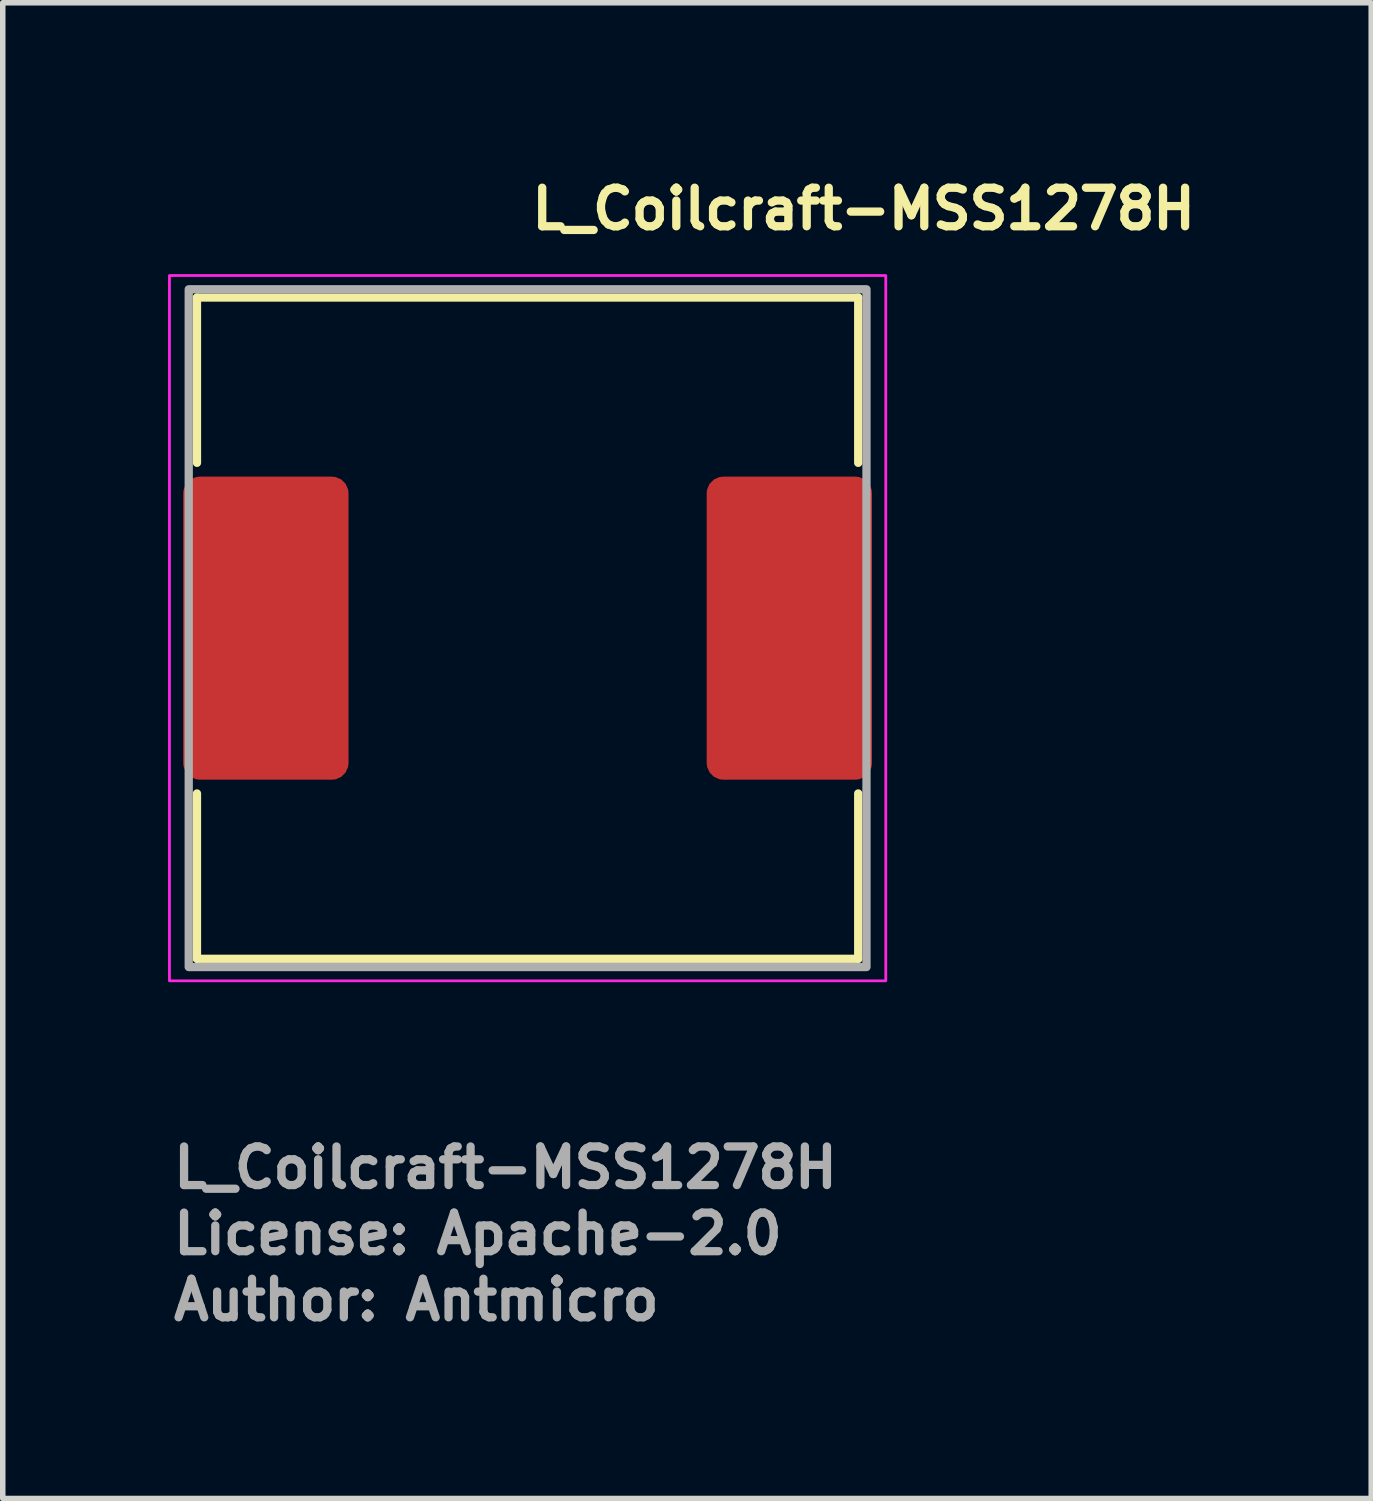
<source format=kicad_pcb>
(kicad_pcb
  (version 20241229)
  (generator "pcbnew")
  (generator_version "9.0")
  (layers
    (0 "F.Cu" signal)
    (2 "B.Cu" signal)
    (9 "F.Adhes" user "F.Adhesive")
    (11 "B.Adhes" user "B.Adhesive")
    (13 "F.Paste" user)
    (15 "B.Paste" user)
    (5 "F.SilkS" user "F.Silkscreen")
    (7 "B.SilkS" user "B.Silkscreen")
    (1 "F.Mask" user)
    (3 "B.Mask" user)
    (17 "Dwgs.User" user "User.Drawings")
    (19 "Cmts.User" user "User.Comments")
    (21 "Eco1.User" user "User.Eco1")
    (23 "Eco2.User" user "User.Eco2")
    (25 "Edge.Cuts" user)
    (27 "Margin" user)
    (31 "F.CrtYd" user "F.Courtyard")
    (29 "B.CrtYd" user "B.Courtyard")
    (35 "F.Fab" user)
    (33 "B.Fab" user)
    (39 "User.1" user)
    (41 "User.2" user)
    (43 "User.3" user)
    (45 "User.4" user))
  (footprint "L_Coilcraft-MSS1278H"
    (layer "F.Cu")
    (at 6.525 8.35)
    (property "Reference" "L_Coilcraft-MSS1278H" (at 0 -7.2 0) (layer "F.SilkS") (effects (font (size 0.7 0.7) (thickness 0.15)) (justify left bottom)))
    (attr smd)
    (fp_line (start -6 -6) (end 6 -6) (stroke (width 0.15) (type solid)) (layer "F.SilkS"))
    (fp_line (start -6 -3) (end -6 -6) (stroke (width 0.15) (type solid)) (layer "F.SilkS"))
    (fp_line (start -6 3) (end -6 6) (stroke (width 0.15) (type solid)) (layer "F.SilkS"))
    (fp_line (start 6 -3) (end 6 -6) (stroke (width 0.15) (type solid)) (layer "F.SilkS"))
    (fp_line (start 6 3) (end 6 6) (stroke (width 0.15) (type solid)) (layer "F.SilkS"))
    (fp_line (start 6 6) (end -6 6) (stroke (width 0.15) (type solid)) (layer "F.SilkS"))
    (fp_rect (start -6.5 -6.4) (end 6.5 6.4) (stroke (width 0.05) (type solid)) (fill no) (layer "F.CrtYd"))
    (fp_rect (start -6.15 -6.15) (end 6.15 6.15) (stroke (width 0.15) (type solid)) (fill no) (layer "F.Fab"))
    (fp_rect (start -6.15 -6.15) (end 6.15 6.15) (stroke (width 0.1) (type solid)) (fill no) (layer "User.5"))
    (fp_line (start -6.15 -3.65) (end -6.15 3.65) (stroke (width 0.02) (type solid)) (layer "User.9"))
    (fp_line (start -6.15 3.65) (end -6.146 3.773) (stroke (width 0.02) (type solid)) (layer "User.9"))
    (fp_line (start -6.146 -3.773) (end -6.15 -3.65) (stroke (width 0.02) (type solid)) (layer "User.9"))
    (fp_line (start -6.146 3.773) (end -6.136 3.896) (stroke (width 0.02) (type solid)) (layer "User.9"))
    (fp_line (start -6.136 -3.896) (end -6.146 -3.773) (stroke (width 0.02) (type solid)) (layer "User.9"))
    (fp_line (start -6.136 3.896) (end -6.122 4.019) (stroke (width 0.02) (type solid)) (layer "User.9"))
    (fp_line (start -6.122 -4.019) (end -6.136 -3.896) (stroke (width 0.02) (type solid)) (layer "User.9"))
    (fp_line (start -6.122 4.019) (end -6.101 4.14) (stroke (width 0.02) (type solid)) (layer "User.9"))
    (fp_line (start -6.101 -4.14) (end -6.122 -4.019) (stroke (width 0.02) (type solid)) (layer "User.9"))
    (fp_line (start -6.101 4.14) (end -6.074 4.259) (stroke (width 0.02) (type solid)) (layer "User.9"))
    (fp_line (start -6.074 -4.259) (end -6.101 -4.14) (stroke (width 0.02) (type solid)) (layer "User.9"))
    (fp_line (start -6.074 4.259) (end -6.041 4.377) (stroke (width 0.02) (type solid)) (layer "User.9"))
    (fp_line (start -6.041 -4.377) (end -6.074 -4.259) (stroke (width 0.02) (type solid)) (layer "User.9"))
    (fp_line (start -6.041 4.377) (end -6.003 4.492) (stroke (width 0.02) (type solid)) (layer "User.9"))
    (fp_line (start -6.003 -4.492) (end -6.041 -4.377) (stroke (width 0.02) (type solid)) (layer "User.9"))
    (fp_line (start -6.003 4.492) (end -5.958 4.606) (stroke (width 0.02) (type solid)) (layer "User.9"))
    (fp_line (start -5.958 -4.606) (end -6.003 -4.492) (stroke (width 0.02) (type solid)) (layer "User.9"))
    (fp_line (start -5.958 4.606) (end -5.91 4.718) (stroke (width 0.02) (type solid)) (layer "User.9"))
    (fp_line (start -5.91 -4.718) (end -5.958 -4.606) (stroke (width 0.02) (type solid)) (layer "User.9"))
    (fp_line (start -5.91 4.718) (end -5.855 4.827) (stroke (width 0.02) (type solid)) (layer "User.9"))
    (fp_line (start -5.855 -4.827) (end -5.91 -4.718) (stroke (width 0.02) (type solid)) (layer "User.9"))
    (fp_line (start -5.855 4.827) (end -5.795 4.933) (stroke (width 0.02) (type solid)) (layer "User.9"))
    (fp_line (start -5.795 -4.933) (end -5.855 -4.827) (stroke (width 0.02) (type solid)) (layer "User.9"))
    (fp_line (start -5.795 4.933) (end -5.729 5.037) (stroke (width 0.02) (type solid)) (layer "User.9"))
    (fp_line (start -5.729 -5.037) (end -5.795 -4.933) (stroke (width 0.02) (type solid)) (layer "User.9"))
    (fp_line (start -5.729 5.037) (end -5.659 5.136) (stroke (width 0.02) (type solid)) (layer "User.9"))
    (fp_line (start -5.659 -5.136) (end -5.729 -5.037) (stroke (width 0.02) (type solid)) (layer "User.9"))
    (fp_line (start -5.659 5.136) (end -5.583 5.234) (stroke (width 0.02) (type solid)) (layer "User.9"))
    (fp_line (start -5.583 -5.234) (end -5.659 -5.136) (stroke (width 0.02) (type solid)) (layer "User.9"))
    (fp_line (start -5.583 5.234) (end -5.503 5.327) (stroke (width 0.02) (type solid)) (layer "User.9"))
    (fp_line (start -5.503 -5.327) (end -5.583 -5.234) (stroke (width 0.02) (type solid)) (layer "User.9"))
    (fp_line (start -5.503 5.327) (end -5.417 5.417) (stroke (width 0.02) (type solid)) (layer "User.9"))
    (fp_line (start -5.417 -5.417) (end -5.503 -5.327) (stroke (width 0.02) (type solid)) (layer "User.9"))
    (fp_line (start -5.417 -5.417) (end -5.417 -5.417) (stroke (width 0.02) (type solid)) (layer "User.9"))
    (fp_line (start -5.417 5.417) (end -5.417 5.417) (stroke (width 0.02) (type solid)) (layer "User.9"))
    (fp_line (start -5.417 5.417) (end -5.327 5.503) (stroke (width 0.02) (type solid)) (layer "User.9"))
    (fp_line (start -5.327 -5.503) (end -5.417 -5.417) (stroke (width 0.02) (type solid)) (layer "User.9"))
    (fp_line (start -5.327 5.503) (end -5.234 5.583) (stroke (width 0.02) (type solid)) (layer "User.9"))
    (fp_line (start -5.234 -5.583) (end -5.327 -5.503) (stroke (width 0.02) (type solid)) (layer "User.9"))
    (fp_line (start -5.234 5.583) (end -5.136 5.659) (stroke (width 0.02) (type solid)) (layer "User.9"))
    (fp_line (start -5.136 -5.659) (end -5.234 -5.583) (stroke (width 0.02) (type solid)) (layer "User.9"))
    (fp_line (start -5.136 5.659) (end -5.037 5.729) (stroke (width 0.02) (type solid)) (layer "User.9"))
    (fp_line (start -5.05 0) (end -5.038 -0.336) (stroke (width 0.02) (type solid)) (layer "User.9"))
    (fp_line (start -5.047 0.168) (end -5.05 0) (stroke (width 0.02) (type solid)) (layer "User.9"))
    (fp_line (start -5.038 -0.336) (end -5.005 -0.668) (stroke (width 0.02) (type solid)) (layer "User.9"))
    (fp_line (start -5.038 0.336) (end -5.047 0.168) (stroke (width 0.02) (type solid)) (layer "User.9"))
    (fp_line (start -5.037 -5.729) (end -5.136 -5.659) (stroke (width 0.02) (type solid)) (layer "User.9"))
    (fp_line (start -5.037 5.729) (end -4.933 5.795) (stroke (width 0.02) (type solid)) (layer "User.9"))
    (fp_line (start -5.024 0.503) (end -5.038 0.336) (stroke (width 0.02) (type solid)) (layer "User.9"))
    (fp_line (start -5.005 -0.668) (end -4.95 -0.996) (stroke (width 0.02) (type solid)) (layer "User.9"))
    (fp_line (start -5.005 0.668) (end -5.024 0.503) (stroke (width 0.02) (type solid)) (layer "User.9"))
    (fp_line (start -5 0) (end -4.988 -0.333) (stroke (width 0.02) (type solid)) (layer "User.9"))
    (fp_line (start -4.997 0.167) (end -5 0) (stroke (width 0.02) (type solid)) (layer "User.9"))
    (fp_line (start -4.988 -0.333) (end -4.956 -0.662) (stroke (width 0.02) (type solid)) (layer "User.9"))
    (fp_line (start -4.988 0.333) (end -4.997 0.167) (stroke (width 0.02) (type solid)) (layer "User.9"))
    (fp_line (start -4.98 0.833) (end -5.005 0.668) (stroke (width 0.02) (type solid)) (layer "User.9"))
    (fp_line (start -4.974 0.498) (end -4.988 0.333) (stroke (width 0.02) (type solid)) (layer "User.9"))
    (fp_line (start -4.956 -0.662) (end -4.901 -0.986) (stroke (width 0.02) (type solid)) (layer "User.9"))
    (fp_line (start -4.956 0.662) (end -4.974 0.498) (stroke (width 0.02) (type solid)) (layer "User.9"))
    (fp_line (start -4.95 -0.996) (end -4.875 -1.317) (stroke (width 0.02) (type solid)) (layer "User.9"))
    (fp_line (start -4.95 0.996) (end -4.98 0.833) (stroke (width 0.02) (type solid)) (layer "User.9"))
    (fp_line (start -4.933 -5.795) (end -5.037 -5.729) (stroke (width 0.02) (type solid)) (layer "User.9"))
    (fp_line (start -4.933 5.795) (end -4.827 5.855) (stroke (width 0.02) (type solid)) (layer "User.9"))
    (fp_line (start -4.931 0.824) (end -4.956 0.662) (stroke (width 0.02) (type solid)) (layer "User.9"))
    (fp_line (start -4.915 1.157) (end -4.95 0.996) (stroke (width 0.02) (type solid)) (layer "User.9"))
    (fp_line (start -4.901 -0.986) (end -4.825 -1.304) (stroke (width 0.02) (type solid)) (layer "User.9"))
    (fp_line (start -4.901 0.986) (end -4.931 0.824) (stroke (width 0.02) (type solid)) (layer "User.9"))
    (fp_line (start -4.875 -1.317) (end -4.779 -1.631) (stroke (width 0.02) (type solid)) (layer "User.9"))
    (fp_line (start -4.875 1.317) (end -4.915 1.157) (stroke (width 0.02) (type solid)) (layer "User.9"))
    (fp_line (start -4.866 1.145) (end -4.901 0.986) (stroke (width 0.02) (type solid)) (layer "User.9"))
    (fp_line (start -4.829 1.475) (end -4.875 1.317) (stroke (width 0.02) (type solid)) (layer "User.9"))
    (fp_line (start -4.827 -5.855) (end -4.933 -5.795) (stroke (width 0.02) (type solid)) (layer "User.9"))
    (fp_line (start -4.827 5.855) (end -4.718 5.91) (stroke (width 0.02) (type solid)) (layer "User.9"))
    (fp_line (start -4.825 -1.304) (end -4.731 -1.615) (stroke (width 0.02) (type solid)) (layer "User.9"))
    (fp_line (start -4.825 1.304) (end -4.866 1.145) (stroke (width 0.02) (type solid)) (layer "User.9"))
    (fp_line (start -4.781 1.461) (end -4.825 1.304) (stroke (width 0.02) (type solid)) (layer "User.9"))
    (fp_line (start -4.779 -1.631) (end -4.663 -1.938) (stroke (width 0.02) (type solid)) (layer "User.9"))
    (fp_line (start -4.779 1.631) (end -4.829 1.475) (stroke (width 0.02) (type solid)) (layer "User.9"))
    (fp_line (start -4.731 -1.615) (end -4.616 -1.919) (stroke (width 0.02) (type solid)) (layer "User.9"))
    (fp_line (start -4.731 1.615) (end -4.781 1.461) (stroke (width 0.02) (type solid)) (layer "User.9"))
    (fp_line (start -4.723 1.786) (end -4.779 1.631) (stroke (width 0.02) (type solid)) (layer "User.9"))
    (fp_line (start -4.718 -5.91) (end -4.827 -5.855) (stroke (width 0.02) (type solid)) (layer "User.9"))
    (fp_line (start -4.718 5.91) (end -4.606 5.958) (stroke (width 0.02) (type solid)) (layer "User.9"))
    (fp_line (start -4.676 1.768) (end -4.731 1.615) (stroke (width 0.02) (type solid)) (layer "User.9"))
    (fp_line (start -4.663 -1.938) (end -4.527 -2.236) (stroke (width 0.02) (type solid)) (layer "User.9"))
    (fp_line (start -4.663 1.938) (end -4.723 1.786) (stroke (width 0.02) (type solid)) (layer "User.9"))
    (fp_line (start -4.616 -1.919) (end -4.482 -2.214) (stroke (width 0.02) (type solid)) (layer "User.9"))
    (fp_line (start -4.616 1.919) (end -4.676 1.768) (stroke (width 0.02) (type solid)) (layer "User.9"))
    (fp_line (start -4.606 -5.958) (end -4.718 -5.91) (stroke (width 0.02) (type solid)) (layer "User.9"))
    (fp_line (start -4.606 5.958) (end -4.492 6.003) (stroke (width 0.02) (type solid)) (layer "User.9"))
    (fp_line (start -4.597 2.088) (end -4.663 1.938) (stroke (width 0.02) (type solid)) (layer "User.9"))
    (fp_line (start -4.551 2.068) (end -4.616 1.919) (stroke (width 0.02) (type solid)) (layer "User.9"))
    (fp_line (start -4.527 -2.236) (end -4.373 -2.525) (stroke (width 0.02) (type solid)) (layer "User.9"))
    (fp_line (start -4.527 2.236) (end -4.597 2.088) (stroke (width 0.02) (type solid)) (layer "User.9"))
    (fp_line (start -4.492 -6.003) (end -4.606 -5.958) (stroke (width 0.02) (type solid)) (layer "User.9"))
    (fp_line (start -4.492 6.003) (end -4.377 6.041) (stroke (width 0.02) (type solid)) (layer "User.9"))
    (fp_line (start -4.482 -2.214) (end -4.33 -2.5) (stroke (width 0.02) (type solid)) (layer "User.9"))
    (fp_line (start -4.482 2.214) (end -4.551 2.068) (stroke (width 0.02) (type solid)) (layer "User.9"))
    (fp_line (start -4.452 2.382) (end -4.527 2.236) (stroke (width 0.02) (type solid)) (layer "User.9"))
    (fp_line (start -4.408 2.358) (end -4.482 2.214) (stroke (width 0.02) (type solid)) (layer "User.9"))
    (fp_line (start -4.377 -6.041) (end -4.492 -6.003) (stroke (width 0.02) (type solid)) (layer "User.9"))
    (fp_line (start -4.377 6.041) (end -4.259 6.074) (stroke (width 0.02) (type solid)) (layer "User.9"))
    (fp_line (start -4.373 -2.525) (end -4.2 -2.802) (stroke (width 0.02) (type solid)) (layer "User.9"))
    (fp_line (start -4.373 2.525) (end -4.452 2.382) (stroke (width 0.02) (type solid)) (layer "User.9"))
    (fp_line (start -4.33 -2.5) (end -4.159 -2.774) (stroke (width 0.02) (type solid)) (layer "User.9"))
    (fp_line (start -4.33 2.5) (end -4.408 2.358) (stroke (width 0.02) (type solid)) (layer "User.9"))
    (fp_line (start -4.289 2.665) (end -4.373 2.525) (stroke (width 0.02) (type solid)) (layer "User.9"))
    (fp_line (start -4.259 -6.074) (end -4.377 -6.041) (stroke (width 0.02) (type solid)) (layer "User.9"))
    (fp_line (start -4.259 6.074) (end -4.14 6.101) (stroke (width 0.02) (type solid)) (layer "User.9"))
    (fp_line (start -4.246 2.638) (end -4.33 2.5) (stroke (width 0.02) (type solid)) (layer "User.9"))
    (fp_line (start -4.2 -2.802) (end -4.009 -3.068) (stroke (width 0.02) (type solid)) (layer "User.9"))
    (fp_line (start -4.2 2.802) (end -4.289 2.665) (stroke (width 0.02) (type solid)) (layer "User.9"))
    (fp_line (start -4.159 -2.774) (end -3.97 -3.037) (stroke (width 0.02) (type solid)) (layer "User.9"))
    (fp_line (start -4.159 2.774) (end -4.246 2.638) (stroke (width 0.02) (type solid)) (layer "User.9"))
    (fp_line (start -4.14 -6.101) (end -4.259 -6.074) (stroke (width 0.02) (type solid)) (layer "User.9"))
    (fp_line (start -4.14 6.101) (end -4.019 6.122) (stroke (width 0.02) (type solid)) (layer "User.9"))
    (fp_line (start -4.107 2.936) (end -4.2 2.802) (stroke (width 0.02) (type solid)) (layer "User.9"))
    (fp_line (start -4.067 2.908) (end -4.159 2.774) (stroke (width 0.02) (type solid)) (layer "User.9"))
    (fp_line (start -4.019 -6.122) (end -4.14 -6.101) (stroke (width 0.02) (type solid)) (layer "User.9"))
    (fp_line (start -4.019 6.122) (end -3.896 6.136) (stroke (width 0.02) (type solid)) (layer "User.9"))
    (fp_line (start -4.009 -3.068) (end -3.802 -3.322) (stroke (width 0.02) (type solid)) (layer "User.9"))
    (fp_line (start -4.009 3.068) (end -4.107 2.936) (stroke (width 0.02) (type solid)) (layer "User.9"))
    (fp_line (start -3.97 -3.037) (end -3.765 -3.289) (stroke (width 0.02) (type solid)) (layer "User.9"))
    (fp_line (start -3.97 3.037) (end -4.067 2.908) (stroke (width 0.02) (type solid)) (layer "User.9"))
    (fp_line (start -3.908 3.197) (end -4.009 3.068) (stroke (width 0.02) (type solid)) (layer "User.9"))
    (fp_line (start -3.896 -6.136) (end -4.019 -6.122) (stroke (width 0.02) (type solid)) (layer "User.9"))
    (fp_line (start -3.896 6.136) (end -3.773 6.146) (stroke (width 0.02) (type solid)) (layer "User.9"))
    (fp_line (start -3.87 3.165) (end -3.97 3.037) (stroke (width 0.02) (type solid)) (layer "User.9"))
    (fp_line (start -3.802 -3.322) (end -3.578 -3.563) (stroke (width 0.02) (type solid)) (layer "User.9"))
    (fp_line (start -3.802 3.322) (end -3.908 3.197) (stroke (width 0.02) (type solid)) (layer "User.9"))
    (fp_line (start -3.773 -6.146) (end -3.896 -6.136) (stroke (width 0.02) (type solid)) (layer "User.9"))
    (fp_line (start -3.773 6.146) (end -3.65 6.15) (stroke (width 0.02) (type solid)) (layer "User.9"))
    (fp_line (start -3.765 -3.289) (end -3.543 -3.527) (stroke (width 0.02) (type solid)) (layer "User.9"))
    (fp_line (start -3.765 3.289) (end -3.87 3.165) (stroke (width 0.02) (type solid)) (layer "User.9"))
    (fp_line (start -3.692 3.444) (end -3.802 3.322) (stroke (width 0.02) (type solid)) (layer "User.9"))
    (fp_line (start -3.656 3.41) (end -3.765 3.289) (stroke (width 0.02) (type solid)) (layer "User.9"))
    (fp_line (start -3.65 -6.15) (end -3.773 -6.146) (stroke (width 0.02) (type solid)) (layer "User.9"))
    (fp_line (start -3.65 6.15) (end 3.65 6.15) (stroke (width 0.02) (type solid)) (layer "User.9"))
    (fp_line (start -3.578 -3.563) (end -3.338 -3.789) (stroke (width 0.02) (type solid)) (layer "User.9"))
    (fp_line (start -3.578 3.563) (end -3.692 3.444) (stroke (width 0.02) (type solid)) (layer "User.9"))
    (fp_line (start -3.543 -3.527) (end -3.305 -3.751) (stroke (width 0.02) (type solid)) (layer "User.9"))
    (fp_line (start -3.543 3.527) (end -3.656 3.41) (stroke (width 0.02) (type solid)) (layer "User.9"))
    (fp_line (start -3.46 3.678) (end -3.578 3.563) (stroke (width 0.02) (type solid)) (layer "User.9"))
    (fp_line (start -3.426 3.641) (end -3.543 3.527) (stroke (width 0.02) (type solid)) (layer "User.9"))
    (fp_line (start -3.338 -3.789) (end -3.082 -4) (stroke (width 0.02) (type solid)) (layer "User.9"))
    (fp_line (start -3.338 3.789) (end -3.46 3.678) (stroke (width 0.02) (type solid)) (layer "User.9"))
    (fp_line (start -3.305 -3.751) (end -3.051 -3.96) (stroke (width 0.02) (type solid)) (layer "User.9"))
    (fp_line (start -3.305 3.751) (end -3.426 3.641) (stroke (width 0.02) (type solid)) (layer "User.9"))
    (fp_line (start -3.212 3.896) (end -3.338 3.789) (stroke (width 0.02) (type solid)) (layer "User.9"))
    (fp_line (start -3.18 3.858) (end -3.305 3.751) (stroke (width 0.02) (type solid)) (layer "User.9"))
    (fp_line (start -3.082 -4) (end -2.81 -4.195) (stroke (width 0.02) (type solid)) (layer "User.9"))
    (fp_line (start -3.082 4) (end -3.212 3.896) (stroke (width 0.02) (type solid)) (layer "User.9"))
    (fp_line (start -3.051 -3.96) (end -2.783 -4.152) (stroke (width 0.02) (type solid)) (layer "User.9"))
    (fp_line (start -3.051 3.96) (end -3.18 3.858) (stroke (width 0.02) (type solid)) (layer "User.9"))
    (fp_line (start -2.948 4.1) (end -3.082 4) (stroke (width 0.02) (type solid)) (layer "User.9"))
    (fp_line (start -2.919 4.059) (end -3.051 3.96) (stroke (width 0.02) (type solid)) (layer "User.9"))
    (fp_line (start -2.81 -4.195) (end -2.525 -4.373) (stroke (width 0.02) (type solid)) (layer "User.9"))
    (fp_line (start -2.81 4.195) (end -2.948 4.1) (stroke (width 0.02) (type solid)) (layer "User.9"))
    (fp_line (start -2.783 -4.152) (end -2.5 -4.33) (stroke (width 0.02) (type solid)) (layer "User.9"))
    (fp_line (start -2.783 4.152) (end -2.919 4.059) (stroke (width 0.02) (type solid)) (layer "User.9"))
    (fp_line (start -2.669 4.285) (end -2.81 4.195) (stroke (width 0.02) (type solid)) (layer "User.9"))
    (fp_line (start -2.642 4.244) (end -2.783 4.152) (stroke (width 0.02) (type solid)) (layer "User.9"))
    (fp_line (start -2.525 -4.373) (end -2.525 -4.373) (stroke (width 0.02) (type solid)) (layer "User.9"))
    (fp_line (start -2.525 -4.373) (end -2.227 -4.532) (stroke (width 0.02) (type solid)) (layer "User.9"))
    (fp_line (start -2.525 4.373) (end -2.669 4.285) (stroke (width 0.02) (type solid)) (layer "User.9"))
    (fp_line (start -2.525 4.373) (end -2.525 4.373) (stroke (width 0.02) (type solid)) (layer "User.9"))
    (fp_line (start -2.5 -4.33) (end -2.5 -4.33) (stroke (width 0.02) (type solid)) (layer "User.9"))
    (fp_line (start -2.5 -4.33) (end -2.205 -4.487) (stroke (width 0.02) (type solid)) (layer "User.9"))
    (fp_line (start -2.5 4.33) (end -2.642 4.244) (stroke (width 0.02) (type solid)) (layer "User.9"))
    (fp_line (start -2.5 4.33) (end -2.5 4.33) (stroke (width 0.02) (type solid)) (layer "User.9"))
    (fp_line (start -2.227 -4.532) (end -1.923 -4.668) (stroke (width 0.02) (type solid)) (layer "User.9"))
    (fp_line (start -2.227 4.532) (end -2.525 4.373) (stroke (width 0.02) (type solid)) (layer "User.9"))
    (fp_line (start -2.205 -4.487) (end -1.903 -4.623) (stroke (width 0.02) (type solid)) (layer "User.9"))
    (fp_line (start -2.205 4.487) (end -2.5 4.33) (stroke (width 0.02) (type solid)) (layer "User.9"))
    (fp_line (start -1.923 -4.668) (end -1.612 -4.785) (stroke (width 0.02) (type solid)) (layer "User.9"))
    (fp_line (start -1.923 4.668) (end -2.227 4.532) (stroke (width 0.02) (type solid)) (layer "User.9"))
    (fp_line (start -1.903 -4.623) (end -1.596 -4.738) (stroke (width 0.02) (type solid)) (layer "User.9"))
    (fp_line (start -1.903 4.623) (end -2.205 4.487) (stroke (width 0.02) (type solid)) (layer "User.9"))
    (fp_line (start -1.612 -4.785) (end -1.296 -4.88) (stroke (width 0.02) (type solid)) (layer "User.9"))
    (fp_line (start -1.612 4.785) (end -1.923 4.668) (stroke (width 0.02) (type solid)) (layer "User.9"))
    (fp_line (start -1.596 -4.738) (end -1.283 -4.832) (stroke (width 0.02) (type solid)) (layer "User.9"))
    (fp_line (start -1.596 4.738) (end -1.903 4.623) (stroke (width 0.02) (type solid)) (layer "User.9"))
    (fp_line (start -1.296 -4.88) (end -0.976 -4.954) (stroke (width 0.02) (type solid)) (layer "User.9"))
    (fp_line (start -1.296 4.88) (end -1.612 4.785) (stroke (width 0.02) (type solid)) (layer "User.9"))
    (fp_line (start -1.283 -4.832) (end -0.966 -4.905) (stroke (width 0.02) (type solid)) (layer "User.9"))
    (fp_line (start -1.283 4.832) (end -1.596 4.738) (stroke (width 0.02) (type solid)) (layer "User.9"))
    (fp_line (start -0.976 -4.954) (end -0.652 -5.007) (stroke (width 0.02) (type solid)) (layer "User.9"))
    (fp_line (start -0.976 4.954) (end -1.296 4.88) (stroke (width 0.02) (type solid)) (layer "User.9"))
    (fp_line (start -0.966 -4.905) (end -0.646 -4.958) (stroke (width 0.02) (type solid)) (layer "User.9"))
    (fp_line (start -0.966 4.905) (end -1.283 4.832) (stroke (width 0.02) (type solid)) (layer "User.9"))
    (fp_line (start -0.652 -5.007) (end -0.326 -5.039) (stroke (width 0.02) (type solid)) (layer "User.9"))
    (fp_line (start -0.652 5.007) (end -0.976 4.954) (stroke (width 0.02) (type solid)) (layer "User.9"))
    (fp_line (start -0.646 -4.958) (end -0.323 -4.989) (stroke (width 0.02) (type solid)) (layer "User.9"))
    (fp_line (start -0.646 4.958) (end -0.966 4.905) (stroke (width 0.02) (type solid)) (layer "User.9"))
    (fp_line (start -0.326 -5.039) (end 0 -5.05) (stroke (width 0.02) (type solid)) (layer "User.9"))
    (fp_line (start -0.326 5.039) (end -0.652 5.007) (stroke (width 0.02) (type solid)) (layer "User.9"))
    (fp_line (start -0.323 -4.989) (end 0 -5) (stroke (width 0.02) (type solid)) (layer "User.9"))
    (fp_line (start -0.323 4.989) (end -0.646 4.958) (stroke (width 0.02) (type solid)) (layer "User.9"))
    (fp_line (start 0 -5.05) (end 0.326 -5.039) (stroke (width 0.02) (type solid)) (layer "User.9"))
    (fp_line (start 0 -5) (end 0.323 -4.989) (stroke (width 0.02) (type solid)) (layer "User.9"))
    (fp_line (start 0 5) (end -0.323 4.989) (stroke (width 0.02) (type solid)) (layer "User.9"))
    (fp_line (start 0 5.05) (end -0.326 5.039) (stroke (width 0.02) (type solid)) (layer "User.9"))
    (fp_line (start 0.323 -4.989) (end 0.646 -4.958) (stroke (width 0.02) (type solid)) (layer "User.9"))
    (fp_line (start 0.323 4.989) (end 0 5) (stroke (width 0.02) (type solid)) (layer "User.9"))
    (fp_line (start 0.326 -5.039) (end 0.652 -5.007) (stroke (width 0.02) (type solid)) (layer "User.9"))
    (fp_line (start 0.326 5.039) (end 0 5.05) (stroke (width 0.02) (type solid)) (layer "User.9"))
    (fp_line (start 0.646 -4.958) (end 0.966 -4.905) (stroke (width 0.02) (type solid)) (layer "User.9"))
    (fp_line (start 0.646 4.958) (end 0.323 4.989) (stroke (width 0.02) (type solid)) (layer "User.9"))
    (fp_line (start 0.652 -5.007) (end 0.976 -4.954) (stroke (width 0.02) (type solid)) (layer "User.9"))
    (fp_line (start 0.652 5.007) (end 0.326 5.039) (stroke (width 0.02) (type solid)) (layer "User.9"))
    (fp_line (start 0.966 -4.905) (end 1.283 -4.832) (stroke (width 0.02) (type solid)) (layer "User.9"))
    (fp_line (start 0.966 4.905) (end 0.646 4.958) (stroke (width 0.02) (type solid)) (layer "User.9"))
    (fp_line (start 0.976 -4.954) (end 1.296 -4.88) (stroke (width 0.02) (type solid)) (layer "User.9"))
    (fp_line (start 0.976 4.954) (end 0.652 5.007) (stroke (width 0.02) (type solid)) (layer "User.9"))
    (fp_line (start 1.283 -4.832) (end 1.596 -4.738) (stroke (width 0.02) (type solid)) (layer "User.9"))
    (fp_line (start 1.283 4.832) (end 0.966 4.905) (stroke (width 0.02) (type solid)) (layer "User.9"))
    (fp_line (start 1.296 -4.88) (end 1.612 -4.785) (stroke (width 0.02) (type solid)) (layer "User.9"))
    (fp_line (start 1.296 4.88) (end 0.976 4.954) (stroke (width 0.02) (type solid)) (layer "User.9"))
    (fp_line (start 1.596 -4.738) (end 1.903 -4.623) (stroke (width 0.02) (type solid)) (layer "User.9"))
    (fp_line (start 1.596 4.738) (end 1.283 4.832) (stroke (width 0.02) (type solid)) (layer "User.9"))
    (fp_line (start 1.612 -4.785) (end 1.923 -4.668) (stroke (width 0.02) (type solid)) (layer "User.9"))
    (fp_line (start 1.612 4.785) (end 1.296 4.88) (stroke (width 0.02) (type solid)) (layer "User.9"))
    (fp_line (start 1.903 -4.623) (end 2.205 -4.487) (stroke (width 0.02) (type solid)) (layer "User.9"))
    (fp_line (start 1.903 4.623) (end 1.596 4.738) (stroke (width 0.02) (type solid)) (layer "User.9"))
    (fp_line (start 1.923 -4.668) (end 2.227 -4.532) (stroke (width 0.02) (type solid)) (layer "User.9"))
    (fp_line (start 1.923 4.668) (end 1.612 4.785) (stroke (width 0.02) (type solid)) (layer "User.9"))
    (fp_line (start 2.205 -4.487) (end 2.5 -4.33) (stroke (width 0.02) (type solid)) (layer "User.9"))
    (fp_line (start 2.205 4.487) (end 1.903 4.623) (stroke (width 0.02) (type solid)) (layer "User.9"))
    (fp_line (start 2.227 -4.532) (end 2.525 -4.373) (stroke (width 0.02) (type solid)) (layer "User.9"))
    (fp_line (start 2.227 4.532) (end 1.923 4.668) (stroke (width 0.02) (type solid)) (layer "User.9"))
    (fp_line (start 2.5 -4.33) (end 2.5 -4.33) (stroke (width 0.02) (type solid)) (layer "User.9"))
    (fp_line (start 2.5 -4.33) (end 2.642 -4.244) (stroke (width 0.02) (type solid)) (layer "User.9"))
    (fp_line (start 2.5 4.33) (end 2.205 4.487) (stroke (width 0.02) (type solid)) (layer "User.9"))
    (fp_line (start 2.5 4.33) (end 2.5 4.33) (stroke (width 0.02) (type solid)) (layer "User.9"))
    (fp_line (start 2.525 -4.373) (end 2.525 -4.373) (stroke (width 0.02) (type solid)) (layer "User.9"))
    (fp_line (start 2.525 -4.373) (end 2.669 -4.285) (stroke (width 0.02) (type solid)) (layer "User.9"))
    (fp_line (start 2.525 4.373) (end 2.227 4.532) (stroke (width 0.02) (type solid)) (layer "User.9"))
    (fp_line (start 2.525 4.373) (end 2.525 4.373) (stroke (width 0.02) (type solid)) (layer "User.9"))
    (fp_line (start 2.642 -4.244) (end 2.783 -4.152) (stroke (width 0.02) (type solid)) (layer "User.9"))
    (fp_line (start 2.669 -4.285) (end 2.81 -4.195) (stroke (width 0.02) (type solid)) (layer "User.9"))
    (fp_line (start 2.783 -4.152) (end 2.919 -4.059) (stroke (width 0.02) (type solid)) (layer "User.9"))
    (fp_line (start 2.783 4.152) (end 2.5 4.33) (stroke (width 0.02) (type solid)) (layer "User.9"))
    (fp_line (start 2.81 -4.195) (end 2.948 -4.1) (stroke (width 0.02) (type solid)) (layer "User.9"))
    (fp_line (start 2.81 4.195) (end 2.525 4.373) (stroke (width 0.02) (type solid)) (layer "User.9"))
    (fp_line (start 2.919 -4.059) (end 3.051 -3.96) (stroke (width 0.02) (type solid)) (layer "User.9"))
    (fp_line (start 2.948 -4.1) (end 3.082 -4) (stroke (width 0.02) (type solid)) (layer "User.9"))
    (fp_line (start 3.051 -3.96) (end 3.18 -3.858) (stroke (width 0.02) (type solid)) (layer "User.9"))
    (fp_line (start 3.051 3.96) (end 2.783 4.152) (stroke (width 0.02) (type solid)) (layer "User.9"))
    (fp_line (start 3.082 -4) (end 3.212 -3.896) (stroke (width 0.02) (type solid)) (layer "User.9"))
    (fp_line (start 3.082 4) (end 2.81 4.195) (stroke (width 0.02) (type solid)) (layer "User.9"))
    (fp_line (start 3.18 -3.858) (end 3.305 -3.751) (stroke (width 0.02) (type solid)) (layer "User.9"))
    (fp_line (start 3.212 -3.896) (end 3.338 -3.789) (stroke (width 0.02) (type solid)) (layer "User.9"))
    (fp_line (start 3.305 -3.751) (end 3.426 -3.641) (stroke (width 0.02) (type solid)) (layer "User.9"))
    (fp_line (start 3.305 3.751) (end 3.051 3.96) (stroke (width 0.02) (type solid)) (layer "User.9"))
    (fp_line (start 3.338 -3.789) (end 3.46 -3.678) (stroke (width 0.02) (type solid)) (layer "User.9"))
    (fp_line (start 3.338 3.789) (end 3.082 4) (stroke (width 0.02) (type solid)) (layer "User.9"))
    (fp_line (start 3.426 -3.641) (end 3.543 -3.527) (stroke (width 0.02) (type solid)) (layer "User.9"))
    (fp_line (start 3.46 -3.678) (end 3.578 -3.563) (stroke (width 0.02) (type solid)) (layer "User.9"))
    (fp_line (start 3.543 -3.527) (end 3.656 -3.41) (stroke (width 0.02) (type solid)) (layer "User.9"))
    (fp_line (start 3.543 3.527) (end 3.305 3.751) (stroke (width 0.02) (type solid)) (layer "User.9"))
    (fp_line (start 3.578 -3.563) (end 3.692 -3.444) (stroke (width 0.02) (type solid)) (layer "User.9"))
    (fp_line (start 3.578 3.563) (end 3.338 3.789) (stroke (width 0.02) (type solid)) (layer "User.9"))
    (fp_line (start 3.65 -6.15) (end -3.65 -6.15) (stroke (width 0.02) (type solid)) (layer "User.9"))
    (fp_line (start 3.65 6.15) (end 3.773 6.146) (stroke (width 0.02) (type solid)) (layer "User.9"))
    (fp_line (start 3.656 -3.41) (end 3.765 -3.289) (stroke (width 0.02) (type solid)) (layer "User.9"))
    (fp_line (start 3.692 -3.444) (end 3.802 -3.322) (stroke (width 0.02) (type solid)) (layer "User.9"))
    (fp_line (start 3.765 -3.289) (end 3.87 -3.165) (stroke (width 0.02) (type solid)) (layer "User.9"))
    (fp_line (start 3.765 3.289) (end 3.543 3.527) (stroke (width 0.02) (type solid)) (layer "User.9"))
    (fp_line (start 3.773 -6.146) (end 3.65 -6.15) (stroke (width 0.02) (type solid)) (layer "User.9"))
    (fp_line (start 3.773 6.146) (end 3.896 6.136) (stroke (width 0.02) (type solid)) (layer "User.9"))
    (fp_line (start 3.802 -3.322) (end 3.908 -3.197) (stroke (width 0.02) (type solid)) (layer "User.9"))
    (fp_line (start 3.802 3.322) (end 3.578 3.563) (stroke (width 0.02) (type solid)) (layer "User.9"))
    (fp_line (start 3.87 -3.165) (end 3.97 -3.037) (stroke (width 0.02) (type solid)) (layer "User.9"))
    (fp_line (start 3.896 -6.136) (end 3.773 -6.146) (stroke (width 0.02) (type solid)) (layer "User.9"))
    (fp_line (start 3.896 6.136) (end 4.019 6.122) (stroke (width 0.02) (type solid)) (layer "User.9"))
    (fp_line (start 3.908 -3.197) (end 4.009 -3.068) (stroke (width 0.02) (type solid)) (layer "User.9"))
    (fp_line (start 3.97 -3.037) (end 4.067 -2.908) (stroke (width 0.02) (type solid)) (layer "User.9"))
    (fp_line (start 3.97 3.037) (end 3.765 3.289) (stroke (width 0.02) (type solid)) (layer "User.9"))
    (fp_line (start 4.009 -3.068) (end 4.107 -2.936) (stroke (width 0.02) (type solid)) (layer "User.9"))
    (fp_line (start 4.009 3.068) (end 3.802 3.322) (stroke (width 0.02) (type solid)) (layer "User.9"))
    (fp_line (start 4.019 -6.122) (end 3.896 -6.136) (stroke (width 0.02) (type solid)) (layer "User.9"))
    (fp_line (start 4.019 6.122) (end 4.14 6.101) (stroke (width 0.02) (type solid)) (layer "User.9"))
    (fp_line (start 4.067 -2.908) (end 4.159 -2.774) (stroke (width 0.02) (type solid)) (layer "User.9"))
    (fp_line (start 4.107 -2.936) (end 4.2 -2.802) (stroke (width 0.02) (type solid)) (layer "User.9"))
    (fp_line (start 4.14 -6.101) (end 4.019 -6.122) (stroke (width 0.02) (type solid)) (layer "User.9"))
    (fp_line (start 4.14 6.101) (end 4.259 6.074) (stroke (width 0.02) (type solid)) (layer "User.9"))
    (fp_line (start 4.159 -2.774) (end 4.246 -2.638) (stroke (width 0.02) (type solid)) (layer "User.9"))
    (fp_line (start 4.159 2.774) (end 3.97 3.037) (stroke (width 0.02) (type solid)) (layer "User.9"))
    (fp_line (start 4.2 -2.802) (end 4.289 -2.665) (stroke (width 0.02) (type solid)) (layer "User.9"))
    (fp_line (start 4.2 2.802) (end 4.009 3.068) (stroke (width 0.02) (type solid)) (layer "User.9"))
    (fp_line (start 4.246 -2.638) (end 4.33 -2.5) (stroke (width 0.02) (type solid)) (layer "User.9"))
    (fp_line (start 4.259 -6.074) (end 4.14 -6.101) (stroke (width 0.02) (type solid)) (layer "User.9"))
    (fp_line (start 4.259 6.074) (end 4.377 6.041) (stroke (width 0.02) (type solid)) (layer "User.9"))
    (fp_line (start 4.289 -2.665) (end 4.373 -2.525) (stroke (width 0.02) (type solid)) (layer "User.9"))
    (fp_line (start 4.33 -2.5) (end 4.408 -2.358) (stroke (width 0.02) (type solid)) (layer "User.9"))
    (fp_line (start 4.33 2.5) (end 4.159 2.774) (stroke (width 0.02) (type solid)) (layer "User.9"))
    (fp_line (start 4.373 -2.525) (end 4.452 -2.382) (stroke (width 0.02) (type solid)) (layer "User.9"))
    (fp_line (start 4.373 2.525) (end 4.2 2.802) (stroke (width 0.02) (type solid)) (layer "User.9"))
    (fp_line (start 4.377 -6.041) (end 4.259 -6.074) (stroke (width 0.02) (type solid)) (layer "User.9"))
    (fp_line (start 4.377 6.041) (end 4.492 6.003) (stroke (width 0.02) (type solid)) (layer "User.9"))
    (fp_line (start 4.408 -2.358) (end 4.482 -2.214) (stroke (width 0.02) (type solid)) (layer "User.9"))
    (fp_line (start 4.452 -2.382) (end 4.527 -2.236) (stroke (width 0.02) (type solid)) (layer "User.9"))
    (fp_line (start 4.482 -2.214) (end 4.551 -2.068) (stroke (width 0.02) (type solid)) (layer "User.9"))
    (fp_line (start 4.482 2.214) (end 4.33 2.5) (stroke (width 0.02) (type solid)) (layer "User.9"))
    (fp_line (start 4.492 -6.003) (end 4.377 -6.041) (stroke (width 0.02) (type solid)) (layer "User.9"))
    (fp_line (start 4.492 6.003) (end 4.606 5.958) (stroke (width 0.02) (type solid)) (layer "User.9"))
    (fp_line (start 4.527 -2.236) (end 4.597 -2.088) (stroke (width 0.02) (type solid)) (layer "User.9"))
    (fp_line (start 4.527 2.236) (end 4.373 2.525) (stroke (width 0.02) (type solid)) (layer "User.9"))
    (fp_line (start 4.551 -2.068) (end 4.616 -1.919) (stroke (width 0.02) (type solid)) (layer "User.9"))
    (fp_line (start 4.597 -2.088) (end 4.663 -1.938) (stroke (width 0.02) (type solid)) (layer "User.9"))
    (fp_line (start 4.606 -5.958) (end 4.492 -6.003) (stroke (width 0.02) (type solid)) (layer "User.9"))
    (fp_line (start 4.606 5.958) (end 4.718 5.91) (stroke (width 0.02) (type solid)) (layer "User.9"))
    (fp_line (start 4.616 -1.919) (end 4.676 -1.768) (stroke (width 0.02) (type solid)) (layer "User.9"))
    (fp_line (start 4.616 1.919) (end 4.482 2.214) (stroke (width 0.02) (type solid)) (layer "User.9"))
    (fp_line (start 4.663 -1.938) (end 4.723 -1.786) (stroke (width 0.02) (type solid)) (layer "User.9"))
    (fp_line (start 4.663 1.938) (end 4.527 2.236) (stroke (width 0.02) (type solid)) (layer "User.9"))
    (fp_line (start 4.676 -1.768) (end 4.731 -1.615) (stroke (width 0.02) (type solid)) (layer "User.9"))
    (fp_line (start 4.718 -5.91) (end 4.606 -5.958) (stroke (width 0.02) (type solid)) (layer "User.9"))
    (fp_line (start 4.718 5.91) (end 4.827 5.855) (stroke (width 0.02) (type solid)) (layer "User.9"))
    (fp_line (start 4.723 -1.786) (end 4.779 -1.631) (stroke (width 0.02) (type solid)) (layer "User.9"))
    (fp_line (start 4.731 -1.615) (end 4.781 -1.461) (stroke (width 0.02) (type solid)) (layer "User.9"))
    (fp_line (start 4.731 1.615) (end 4.616 1.919) (stroke (width 0.02) (type solid)) (layer "User.9"))
    (fp_line (start 4.779 -1.631) (end 4.829 -1.475) (stroke (width 0.02) (type solid)) (layer "User.9"))
    (fp_line (start 4.779 1.631) (end 4.663 1.938) (stroke (width 0.02) (type solid)) (layer "User.9"))
    (fp_line (start 4.781 -1.461) (end 4.825 -1.304) (stroke (width 0.02) (type solid)) (layer "User.9"))
    (fp_line (start 4.825 -1.304) (end 4.866 -1.145) (stroke (width 0.02) (type solid)) (layer "User.9"))
    (fp_line (start 4.825 1.304) (end 4.731 1.615) (stroke (width 0.02) (type solid)) (layer "User.9"))
    (fp_line (start 4.827 -5.855) (end 4.718 -5.91) (stroke (width 0.02) (type solid)) (layer "User.9"))
    (fp_line (start 4.827 5.855) (end 4.933 5.795) (stroke (width 0.02) (type solid)) (layer "User.9"))
    (fp_line (start 4.829 -1.475) (end 4.875 -1.317) (stroke (width 0.02) (type solid)) (layer "User.9"))
    (fp_line (start 4.866 -1.145) (end 4.901 -0.986) (stroke (width 0.02) (type solid)) (layer "User.9"))
    (fp_line (start 4.875 -1.317) (end 4.915 -1.157) (stroke (width 0.02) (type solid)) (layer "User.9"))
    (fp_line (start 4.875 1.317) (end 4.779 1.631) (stroke (width 0.02) (type solid)) (layer "User.9"))
    (fp_line (start 4.901 -0.986) (end 4.931 -0.824) (stroke (width 0.02) (type solid)) (layer "User.9"))
    (fp_line (start 4.901 0.986) (end 4.825 1.304) (stroke (width 0.02) (type solid)) (layer "User.9"))
    (fp_line (start 4.915 -1.157) (end 4.95 -0.996) (stroke (width 0.02) (type solid)) (layer "User.9"))
    (fp_line (start 4.931 -0.824) (end 4.956 -0.662) (stroke (width 0.02) (type solid)) (layer "User.9"))
    (fp_line (start 4.933 -5.795) (end 4.827 -5.855) (stroke (width 0.02) (type solid)) (layer "User.9"))
    (fp_line (start 4.933 5.795) (end 5.037 5.729) (stroke (width 0.02) (type solid)) (layer "User.9"))
    (fp_line (start 4.95 -0.996) (end 4.98 -0.833) (stroke (width 0.02) (type solid)) (layer "User.9"))
    (fp_line (start 4.95 0.996) (end 4.875 1.317) (stroke (width 0.02) (type solid)) (layer "User.9"))
    (fp_line (start 4.956 -0.662) (end 4.974 -0.498) (stroke (width 0.02) (type solid)) (layer "User.9"))
    (fp_line (start 4.956 0.662) (end 4.901 0.986) (stroke (width 0.02) (type solid)) (layer "User.9"))
    (fp_line (start 4.974 -0.498) (end 4.988 -0.333) (stroke (width 0.02) (type solid)) (layer "User.9"))
    (fp_line (start 4.98 -0.833) (end 5.005 -0.668) (stroke (width 0.02) (type solid)) (layer "User.9"))
    (fp_line (start 4.988 -0.333) (end 4.997 -0.167) (stroke (width 0.02) (type solid)) (layer "User.9"))
    (fp_line (start 4.988 0.333) (end 4.956 0.662) (stroke (width 0.02) (type solid)) (layer "User.9"))
    (fp_line (start 4.997 -0.167) (end 5 0) (stroke (width 0.02) (type solid)) (layer "User.9"))
    (fp_line (start 5 0) (end 4.988 0.333) (stroke (width 0.02) (type solid)) (layer "User.9"))
    (fp_line (start 5.005 -0.668) (end 5.024 -0.503) (stroke (width 0.02) (type solid)) (layer "User.9"))
    (fp_line (start 5.005 0.668) (end 4.95 0.996) (stroke (width 0.02) (type solid)) (layer "User.9"))
    (fp_line (start 5.024 -0.503) (end 5.038 -0.336) (stroke (width 0.02) (type solid)) (layer "User.9"))
    (fp_line (start 5.037 -5.729) (end 4.933 -5.795) (stroke (width 0.02) (type solid)) (layer "User.9"))
    (fp_line (start 5.037 5.729) (end 5.136 5.659) (stroke (width 0.02) (type solid)) (layer "User.9"))
    (fp_line (start 5.038 -0.336) (end 5.047 -0.168) (stroke (width 0.02) (type solid)) (layer "User.9"))
    (fp_line (start 5.038 0.336) (end 5.005 0.668) (stroke (width 0.02) (type solid)) (layer "User.9"))
    (fp_line (start 5.047 -0.168) (end 5.05 0) (stroke (width 0.02) (type solid)) (layer "User.9"))
    (fp_line (start 5.05 0) (end 5.038 0.336) (stroke (width 0.02) (type solid)) (layer "User.9"))
    (fp_line (start 5.136 -5.659) (end 5.037 -5.729) (stroke (width 0.02) (type solid)) (layer "User.9"))
    (fp_line (start 5.136 5.659) (end 5.234 5.583) (stroke (width 0.02) (type solid)) (layer "User.9"))
    (fp_line (start 5.234 -5.583) (end 5.136 -5.659) (stroke (width 0.02) (type solid)) (layer "User.9"))
    (fp_line (start 5.234 5.583) (end 5.327 5.503) (stroke (width 0.02) (type solid)) (layer "User.9"))
    (fp_line (start 5.327 -5.503) (end 5.234 -5.583) (stroke (width 0.02) (type solid)) (layer "User.9"))
    (fp_line (start 5.327 5.503) (end 5.417 5.417) (stroke (width 0.02) (type solid)) (layer "User.9"))
    (fp_line (start 5.417 -5.417) (end 5.327 -5.503) (stroke (width 0.02) (type solid)) (layer "User.9"))
    (fp_line (start 5.417 -5.417) (end 5.417 -5.417) (stroke (width 0.02) (type solid)) (layer "User.9"))
    (fp_line (start 5.417 5.417) (end 5.417 5.417) (stroke (width 0.02) (type solid)) (layer "User.9"))
    (fp_line (start 5.417 5.417) (end 5.503 5.327) (stroke (width 0.02) (type solid)) (layer "User.9"))
    (fp_line (start 5.503 -5.327) (end 5.417 -5.417) (stroke (width 0.02) (type solid)) (layer "User.9"))
    (fp_line (start 5.503 5.327) (end 5.583 5.234) (stroke (width 0.02) (type solid)) (layer "User.9"))
    (fp_line (start 5.583 -5.234) (end 5.503 -5.327) (stroke (width 0.02) (type solid)) (layer "User.9"))
    (fp_line (start 5.583 5.234) (end 5.659 5.136) (stroke (width 0.02) (type solid)) (layer "User.9"))
    (fp_line (start 5.659 -5.136) (end 5.583 -5.234) (stroke (width 0.02) (type solid)) (layer "User.9"))
    (fp_line (start 5.659 5.136) (end 5.729 5.037) (stroke (width 0.02) (type solid)) (layer "User.9"))
    (fp_line (start 5.729 -5.037) (end 5.659 -5.136) (stroke (width 0.02) (type solid)) (layer "User.9"))
    (fp_line (start 5.729 5.037) (end 5.795 4.933) (stroke (width 0.02) (type solid)) (layer "User.9"))
    (fp_line (start 5.795 -4.933) (end 5.729 -5.037) (stroke (width 0.02) (type solid)) (layer "User.9"))
    (fp_line (start 5.795 4.933) (end 5.855 4.827) (stroke (width 0.02) (type solid)) (layer "User.9"))
    (fp_line (start 5.855 -4.827) (end 5.795 -4.933) (stroke (width 0.02) (type solid)) (layer "User.9"))
    (fp_line (start 5.855 4.827) (end 5.91 4.718) (stroke (width 0.02) (type solid)) (layer "User.9"))
    (fp_line (start 5.91 -4.718) (end 5.855 -4.827) (stroke (width 0.02) (type solid)) (layer "User.9"))
    (fp_line (start 5.91 4.718) (end 5.958 4.606) (stroke (width 0.02) (type solid)) (layer "User.9"))
    (fp_line (start 5.958 -4.606) (end 5.91 -4.718) (stroke (width 0.02) (type solid)) (layer "User.9"))
    (fp_line (start 5.958 4.606) (end 6.003 4.492) (stroke (width 0.02) (type solid)) (layer "User.9"))
    (fp_line (start 6.003 -4.492) (end 5.958 -4.606) (stroke (width 0.02) (type solid)) (layer "User.9"))
    (fp_line (start 6.003 4.492) (end 6.041 4.377) (stroke (width 0.02) (type solid)) (layer "User.9"))
    (fp_line (start 6.041 -4.377) (end 6.003 -4.492) (stroke (width 0.02) (type solid)) (layer "User.9"))
    (fp_line (start 6.041 4.377) (end 6.074 4.259) (stroke (width 0.02) (type solid)) (layer "User.9"))
    (fp_line (start 6.074 -4.259) (end 6.041 -4.377) (stroke (width 0.02) (type solid)) (layer "User.9"))
    (fp_line (start 6.074 4.259) (end 6.101 4.14) (stroke (width 0.02) (type solid)) (layer "User.9"))
    (fp_line (start 6.101 -4.14) (end 6.074 -4.259) (stroke (width 0.02) (type solid)) (layer "User.9"))
    (fp_line (start 6.101 4.14) (end 6.122 4.019) (stroke (width 0.02) (type solid)) (layer "User.9"))
    (fp_line (start 6.122 -4.019) (end 6.101 -4.14) (stroke (width 0.02) (type solid)) (layer "User.9"))
    (fp_line (start 6.122 4.019) (end 6.136 3.896) (stroke (width 0.02) (type solid)) (layer "User.9"))
    (fp_line (start 6.136 -3.896) (end 6.122 -4.019) (stroke (width 0.02) (type solid)) (layer "User.9"))
    (fp_line (start 6.136 3.896) (end 6.146 3.773) (stroke (width 0.02) (type solid)) (layer "User.9"))
    (fp_line (start 6.146 -3.773) (end 6.136 -3.896) (stroke (width 0.02) (type solid)) (layer "User.9"))
    (fp_line (start 6.146 3.773) (end 6.15 3.65) (stroke (width 0.02) (type solid)) (layer "User.9"))
    (fp_line (start 6.15 -3.65) (end 6.146 -3.773) (stroke (width 0.02) (type solid)) (layer "User.9"))
    (fp_line (start 6.15 3.65) (end 6.15 -3.65) (stroke (width 0.02) (type solid)) (layer "User.9"))
    (fp_text user "${REFERENCE}" (at -6.5 10.2 0) (layer "F.Fab") (effects (font (size 0.7 0.7) (thickness 0.15)) (justify left bottom)))
    (fp_text user "License: Apache-2.0" (at -6.5 11.4 0) (layer "F.Fab") (effects (font (size 0.7 0.7) (thickness 0.15)) (justify left bottom)))
    (fp_text user "Author: Antmicro" (at -6.5 12.6 0) (layer "F.Fab") (effects (font (size 0.7 0.7) (thickness 0.15)) (justify left bottom)))
    (pad "1" smd roundrect (at -4.75 0) (size 3 5.5) (layers "F.Cu" "F.Mask" "F.Paste") (roundrect_rratio 0.1))
    (pad "2" smd roundrect (at 4.75 0) (size 3 5.5) (layers "F.Cu" "F.Mask" "F.Paste") (roundrect_rratio 0.1)))
  (gr_rect
    (start -3 -3)
    (end 21.835 24.145)
    (stroke (width 0.1) (type default))
    (fill no)
    (layer "Edge.Cuts")))
</source>
